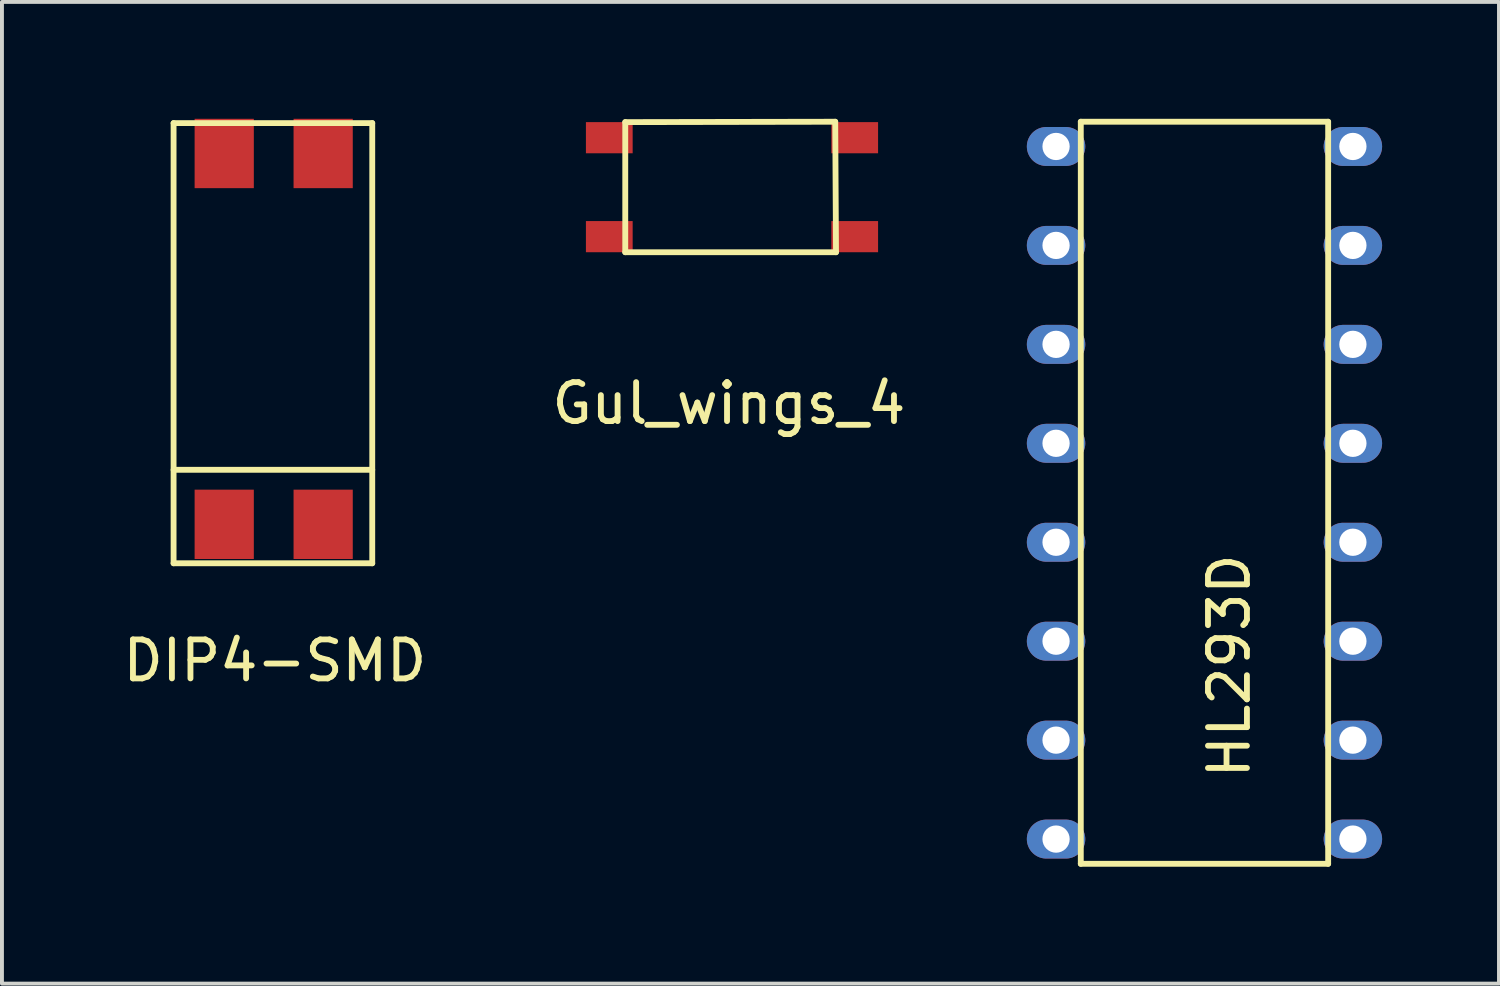
<source format=kicad_pcb>
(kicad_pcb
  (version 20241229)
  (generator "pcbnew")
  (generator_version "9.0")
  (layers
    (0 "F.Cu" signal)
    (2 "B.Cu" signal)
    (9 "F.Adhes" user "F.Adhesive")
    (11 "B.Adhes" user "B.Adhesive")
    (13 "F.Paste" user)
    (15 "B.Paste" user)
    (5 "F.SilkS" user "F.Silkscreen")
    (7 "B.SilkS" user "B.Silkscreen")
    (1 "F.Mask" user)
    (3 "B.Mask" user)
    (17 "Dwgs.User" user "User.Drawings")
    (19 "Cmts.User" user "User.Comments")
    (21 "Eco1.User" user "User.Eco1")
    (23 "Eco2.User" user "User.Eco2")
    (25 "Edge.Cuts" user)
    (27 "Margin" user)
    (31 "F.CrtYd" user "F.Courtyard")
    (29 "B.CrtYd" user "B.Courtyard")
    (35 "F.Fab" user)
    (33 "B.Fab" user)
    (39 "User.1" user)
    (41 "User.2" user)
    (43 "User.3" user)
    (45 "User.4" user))
  (footprint "Gul_wings_4"
    (layer "F.Cu")
    (at 15.741 1.755)
    (property "Reference" "Gul_wings_4" (at -0.08 5.55 0) (layer "F.SilkS") (effects (font (size 1 1) (thickness 0.15))))
    (attr through_hole)
    (fp_line (start -2.74 -1.67) (end -2.74 1.67) (stroke (width 0.15) (type solid)) (layer "F.SilkS"))
    (fp_line (start -2.74 1.67) (end 2.67 1.67) (stroke (width 0.15) (type solid)) (layer "F.SilkS"))
    (fp_line (start 2.65 -1.68) (end -2.74 -1.67) (stroke (width 0.15) (type solid)) (layer "F.SilkS"))
    (fp_line (start 2.67 1.67) (end 2.65 -1.68) (stroke (width 0.15) (type solid)) (layer "F.SilkS"))
    (pad "1" smd rect (at -3.15 -1.27) (size 1.2 0.8) (layers "F.Cu" "F.Mask" "F.Paste"))
    (pad "2" smd rect (at -3.15 1.27) (size 1.2 0.8) (layers "F.Cu" "F.Mask" "F.Paste"))
    (pad "3" smd rect (at 3.15 1.27) (size 1.2 0.8) (layers "F.Cu" "F.Mask" "F.Paste"))
    (pad "4" smd rect (at 3.15 -1.27) (size 1.2 0.8) (layers "F.Cu" "F.Mask" "F.Paste")))
  (footprint "DIP4-SMD"
    (layer "F.Cu")
    (at 4.006 6.21)
    (property "Reference" "DIP4-SMD" (at 0 7.7 0) (layer "F.SilkS") (effects (font (size 1 1) (thickness 0.15))))
    (attr through_hole)
    (fp_line (start -2.6 -6.1) (end -2.6 5.2) (stroke (width 0.15) (type solid)) (layer "F.SilkS"))
    (fp_line (start -2.6 2.8) (end 2.5 2.8) (stroke (width 0.15) (type solid)) (layer "F.SilkS"))
    (fp_line (start -2.6 5.2) (end 2.5 5.2) (stroke (width 0.15) (type solid)) (layer "F.SilkS"))
    (fp_line (start 2.5 -6.1) (end -2.6 -6.1) (stroke (width 0.15) (type solid)) (layer "F.SilkS"))
    (fp_line (start 2.5 5.2) (end 2.5 -6.1) (stroke (width 0.15) (type solid)) (layer "F.SilkS"))
    (pad "1" smd rect (at -1.3 4.2) (size 1.52 1.78) (layers "F.Cu" "F.Mask" "F.Paste"))
    (pad "2" smd rect (at 1.24 4.2) (size 1.52 1.78) (layers "F.Cu" "F.Mask" "F.Paste"))
    (pad "3" smd rect (at 1.24 -5.32) (size 1.52 1.78) (layers "F.Cu" "F.Mask" "F.Paste"))
    (pad "4" smd rect (at -1.3 -5.32) (size 1.52 1.78) (layers "F.Cu" "F.Mask" "F.Paste")))
  (footprint "HL293D"
    (layer "F.Cu")
    (at 29.775 9.6)
    (property "Reference" "HL293D" (at -1.27 4.445 90) (layer "F.SilkS") (effects (font (size 1 1) (thickness 0.15))))
    (attr through_hole)
    (fp_line (start -5.08 -9.525) (end -5.08 9.525) (stroke (width 0.15) (type solid)) (layer "F.SilkS"))
    (fp_line (start -5.08 -9.525) (end 1.27 -9.525) (stroke (width 0.15) (type solid)) (layer "F.SilkS"))
    (fp_line (start -5.08 9.525) (end 1.27 9.525) (stroke (width 0.15) (type solid)) (layer "F.SilkS"))
    (fp_line (start 1.27 -9.525) (end 1.27 9.525) (stroke (width 0.15) (type solid)) (layer "F.SilkS"))
    (pad "1" thru_hole oval (at -5.715 -8.89) (size 1.5 1) (drill oval 0.7) (layers "*.Cu" "*.Mask"))
    (pad "2" thru_hole oval (at -5.715 -6.35) (size 1.5 1) (drill oval 0.7) (layers "*.Cu" "*.Mask"))
    (pad "3" thru_hole oval (at -5.715 -3.81) (size 1.5 1) (drill oval 0.7) (layers "*.Cu" "*.Mask"))
    (pad "4" thru_hole oval (at -5.715 -1.27) (size 1.5 1) (drill oval 0.7) (layers "*.Cu" "*.Mask"))
    (pad "5" thru_hole oval (at -5.715 1.27) (size 1.5 1) (drill oval 0.7) (layers "*.Cu" "*.Mask"))
    (pad "6" thru_hole oval (at -5.715 3.81) (size 1.5 1) (drill oval 0.7) (layers "*.Cu" "*.Mask"))
    (pad "7" thru_hole oval (at -5.715 6.35) (size 1.5 1) (drill oval 0.7) (layers "*.Cu" "*.Mask"))
    (pad "8" thru_hole oval (at -5.715 8.89) (size 1.5 1) (drill oval 0.7) (layers "*.Cu" "*.Mask"))
    (pad "9" thru_hole oval (at 1.905 8.89) (size 1.5 1) (drill oval 0.7) (layers "*.Cu" "*.Mask"))
    (pad "10" thru_hole oval (at 1.905 6.35) (size 1.5 1) (drill oval 0.7) (layers "*.Cu" "*.Mask"))
    (pad "11" thru_hole oval (at 1.905 3.81) (size 1.5 1) (drill oval 0.7) (layers "*.Cu" "*.Mask"))
    (pad "12" thru_hole oval (at 1.905 1.27) (size 1.5 1) (drill oval 0.7) (layers "*.Cu" "*.Mask"))
    (pad "13" thru_hole oval (at 1.905 -1.27) (size 1.5 1) (drill oval 0.7) (layers "*.Cu" "*.Mask"))
    (pad "14" thru_hole oval (at 1.905 -3.81) (size 1.5 1) (drill oval 0.7) (layers "*.Cu" "*.Mask"))
    (pad "15" thru_hole oval (at 1.905 -6.35) (size 1.5 1) (drill oval 0.7) (layers "*.Cu" "*.Mask"))
    (pad "16" thru_hole oval (at 1.905 -8.89) (size 1.5 1) (drill oval 0.7) (layers "*.Cu" "*.Mask")))
  (gr_rect
    (start -3 -3)
    (end 35.43 22.2)
    (stroke (width 0.1) (type default))
    (fill no)
    (layer "Edge.Cuts")))
</source>
